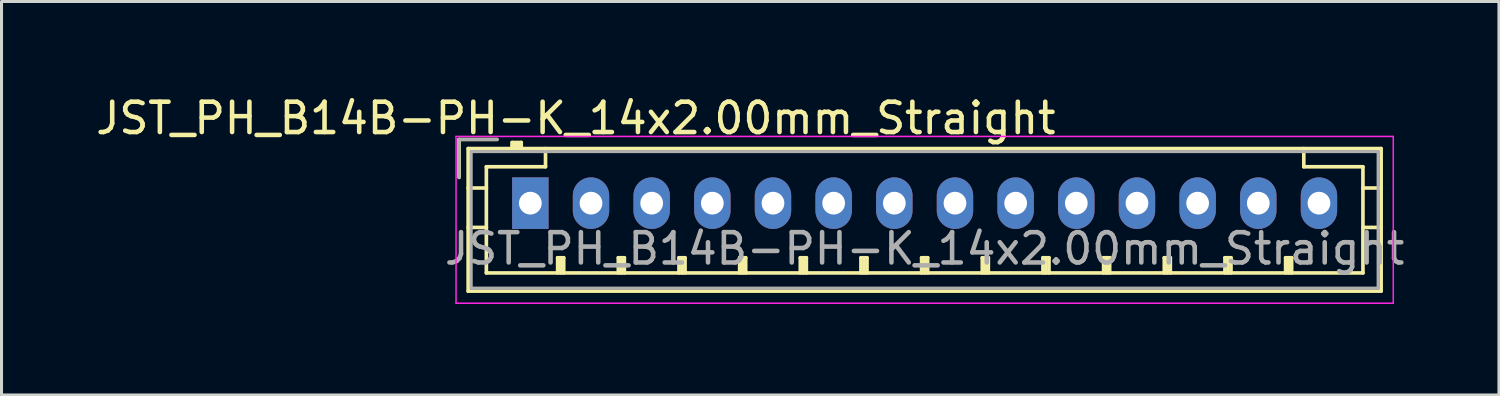
<source format=kicad_pcb>
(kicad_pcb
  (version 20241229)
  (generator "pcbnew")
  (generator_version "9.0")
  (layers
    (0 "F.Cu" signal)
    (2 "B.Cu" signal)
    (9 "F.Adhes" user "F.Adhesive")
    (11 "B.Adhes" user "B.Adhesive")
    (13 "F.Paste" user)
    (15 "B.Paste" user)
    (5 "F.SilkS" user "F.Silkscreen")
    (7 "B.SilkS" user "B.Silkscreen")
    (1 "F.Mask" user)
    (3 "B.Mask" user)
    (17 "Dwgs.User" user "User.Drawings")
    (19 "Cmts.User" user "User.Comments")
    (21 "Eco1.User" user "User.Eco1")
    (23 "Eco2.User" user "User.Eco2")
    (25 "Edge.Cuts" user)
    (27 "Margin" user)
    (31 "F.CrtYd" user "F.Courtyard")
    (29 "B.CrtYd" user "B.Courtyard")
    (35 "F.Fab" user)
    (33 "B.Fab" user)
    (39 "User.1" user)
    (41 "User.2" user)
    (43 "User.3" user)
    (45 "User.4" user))
  (footprint "JST_PH_B14B-PH-K_14x2.00mm_Straight"
    (layer "F.Cu")
    (at 14.435 3.648)
    (property "Reference" "JST_PH_B14B-PH-K_14x2.00mm_Straight" (at 1.5 -2.8 0) (layer "F.SilkS") (effects (font (size 1 1) (thickness 0.15))))
    (attr through_hole)
    (fp_line (start -2.35 -2.1) (end -2.35 -0.85) (stroke (width 0.12) (type solid)) (layer "F.SilkS"))
    (fp_line (start -2.05 -1.8) (end -2.05 2.9) (stroke (width 0.12) (type solid)) (layer "F.SilkS"))
    (fp_line (start -2.05 -0.5) (end -1.45 -0.5) (stroke (width 0.12) (type solid)) (layer "F.SilkS"))
    (fp_line (start -2.05 0.8) (end -1.45 0.8) (stroke (width 0.12) (type solid)) (layer "F.SilkS"))
    (fp_line (start -2.05 2.9) (end 28.05 2.9) (stroke (width 0.12) (type solid)) (layer "F.SilkS"))
    (fp_line (start -1.45 -1.2) (end -1.45 2.3) (stroke (width 0.12) (type solid)) (layer "F.SilkS"))
    (fp_line (start -1.45 2.3) (end 27.45 2.3) (stroke (width 0.12) (type solid)) (layer "F.SilkS"))
    (fp_line (start -1.1 -2.1) (end -2.35 -2.1) (stroke (width 0.12) (type solid)) (layer "F.SilkS"))
    (fp_line (start -0.6 -2) (end -0.6 -1.8) (stroke (width 0.12) (type solid)) (layer "F.SilkS"))
    (fp_line (start -0.3 -2) (end -0.6 -2) (stroke (width 0.12) (type solid)) (layer "F.SilkS"))
    (fp_line (start -0.3 -1.9) (end -0.6 -1.9) (stroke (width 0.12) (type solid)) (layer "F.SilkS"))
    (fp_line (start -0.3 -1.8) (end -0.3 -2) (stroke (width 0.12) (type solid)) (layer "F.SilkS"))
    (fp_line (start 0.5 -1.8) (end 0.5 -1.2) (stroke (width 0.12) (type solid)) (layer "F.SilkS"))
    (fp_line (start 0.5 -1.2) (end -1.45 -1.2) (stroke (width 0.12) (type solid)) (layer "F.SilkS"))
    (fp_line (start 0.9 1.8) (end 1.1 1.8) (stroke (width 0.12) (type solid)) (layer "F.SilkS"))
    (fp_line (start 0.9 2.3) (end 0.9 1.8) (stroke (width 0.12) (type solid)) (layer "F.SilkS"))
    (fp_line (start 1 2.3) (end 1 1.8) (stroke (width 0.12) (type solid)) (layer "F.SilkS"))
    (fp_line (start 1.1 1.8) (end 1.1 2.3) (stroke (width 0.12) (type solid)) (layer "F.SilkS"))
    (fp_line (start 2.9 1.8) (end 3.1 1.8) (stroke (width 0.12) (type solid)) (layer "F.SilkS"))
    (fp_line (start 2.9 2.3) (end 2.9 1.8) (stroke (width 0.12) (type solid)) (layer "F.SilkS"))
    (fp_line (start 3 2.3) (end 3 1.8) (stroke (width 0.12) (type solid)) (layer "F.SilkS"))
    (fp_line (start 3.1 1.8) (end 3.1 2.3) (stroke (width 0.12) (type solid)) (layer "F.SilkS"))
    (fp_line (start 4.9 1.8) (end 5.1 1.8) (stroke (width 0.12) (type solid)) (layer "F.SilkS"))
    (fp_line (start 4.9 2.3) (end 4.9 1.8) (stroke (width 0.12) (type solid)) (layer "F.SilkS"))
    (fp_line (start 5 2.3) (end 5 1.8) (stroke (width 0.12) (type solid)) (layer "F.SilkS"))
    (fp_line (start 5.1 1.8) (end 5.1 2.3) (stroke (width 0.12) (type solid)) (layer "F.SilkS"))
    (fp_line (start 6.9 1.8) (end 7.1 1.8) (stroke (width 0.12) (type solid)) (layer "F.SilkS"))
    (fp_line (start 6.9 2.3) (end 6.9 1.8) (stroke (width 0.12) (type solid)) (layer "F.SilkS"))
    (fp_line (start 7 2.3) (end 7 1.8) (stroke (width 0.12) (type solid)) (layer "F.SilkS"))
    (fp_line (start 7.1 1.8) (end 7.1 2.3) (stroke (width 0.12) (type solid)) (layer "F.SilkS"))
    (fp_line (start 8.9 1.8) (end 9.1 1.8) (stroke (width 0.12) (type solid)) (layer "F.SilkS"))
    (fp_line (start 8.9 2.3) (end 8.9 1.8) (stroke (width 0.12) (type solid)) (layer "F.SilkS"))
    (fp_line (start 9 2.3) (end 9 1.8) (stroke (width 0.12) (type solid)) (layer "F.SilkS"))
    (fp_line (start 9.1 1.8) (end 9.1 2.3) (stroke (width 0.12) (type solid)) (layer "F.SilkS"))
    (fp_line (start 10.9 1.8) (end 11.1 1.8) (stroke (width 0.12) (type solid)) (layer "F.SilkS"))
    (fp_line (start 10.9 2.3) (end 10.9 1.8) (stroke (width 0.12) (type solid)) (layer "F.SilkS"))
    (fp_line (start 11 2.3) (end 11 1.8) (stroke (width 0.12) (type solid)) (layer "F.SilkS"))
    (fp_line (start 11.1 1.8) (end 11.1 2.3) (stroke (width 0.12) (type solid)) (layer "F.SilkS"))
    (fp_line (start 12.9 1.8) (end 13.1 1.8) (stroke (width 0.12) (type solid)) (layer "F.SilkS"))
    (fp_line (start 12.9 2.3) (end 12.9 1.8) (stroke (width 0.12) (type solid)) (layer "F.SilkS"))
    (fp_line (start 13 2.3) (end 13 1.8) (stroke (width 0.12) (type solid)) (layer "F.SilkS"))
    (fp_line (start 13.1 1.8) (end 13.1 2.3) (stroke (width 0.12) (type solid)) (layer "F.SilkS"))
    (fp_line (start 14.9 1.8) (end 15.1 1.8) (stroke (width 0.12) (type solid)) (layer "F.SilkS"))
    (fp_line (start 14.9 2.3) (end 14.9 1.8) (stroke (width 0.12) (type solid)) (layer "F.SilkS"))
    (fp_line (start 15 2.3) (end 15 1.8) (stroke (width 0.12) (type solid)) (layer "F.SilkS"))
    (fp_line (start 15.1 1.8) (end 15.1 2.3) (stroke (width 0.12) (type solid)) (layer "F.SilkS"))
    (fp_line (start 16.9 1.8) (end 17.1 1.8) (stroke (width 0.12) (type solid)) (layer "F.SilkS"))
    (fp_line (start 16.9 2.3) (end 16.9 1.8) (stroke (width 0.12) (type solid)) (layer "F.SilkS"))
    (fp_line (start 17 2.3) (end 17 1.8) (stroke (width 0.12) (type solid)) (layer "F.SilkS"))
    (fp_line (start 17.1 1.8) (end 17.1 2.3) (stroke (width 0.12) (type solid)) (layer "F.SilkS"))
    (fp_line (start 18.9 1.8) (end 19.1 1.8) (stroke (width 0.12) (type solid)) (layer "F.SilkS"))
    (fp_line (start 18.9 2.3) (end 18.9 1.8) (stroke (width 0.12) (type solid)) (layer "F.SilkS"))
    (fp_line (start 19 2.3) (end 19 1.8) (stroke (width 0.12) (type solid)) (layer "F.SilkS"))
    (fp_line (start 19.1 1.8) (end 19.1 2.3) (stroke (width 0.12) (type solid)) (layer "F.SilkS"))
    (fp_line (start 20.9 1.8) (end 21.1 1.8) (stroke (width 0.12) (type solid)) (layer "F.SilkS"))
    (fp_line (start 20.9 2.3) (end 20.9 1.8) (stroke (width 0.12) (type solid)) (layer "F.SilkS"))
    (fp_line (start 21 2.3) (end 21 1.8) (stroke (width 0.12) (type solid)) (layer "F.SilkS"))
    (fp_line (start 21.1 1.8) (end 21.1 2.3) (stroke (width 0.12) (type solid)) (layer "F.SilkS"))
    (fp_line (start 22.9 1.8) (end 23.1 1.8) (stroke (width 0.12) (type solid)) (layer "F.SilkS"))
    (fp_line (start 22.9 2.3) (end 22.9 1.8) (stroke (width 0.12) (type solid)) (layer "F.SilkS"))
    (fp_line (start 23 2.3) (end 23 1.8) (stroke (width 0.12) (type solid)) (layer "F.SilkS"))
    (fp_line (start 23.1 1.8) (end 23.1 2.3) (stroke (width 0.12) (type solid)) (layer "F.SilkS"))
    (fp_line (start 24.9 1.8) (end 25.1 1.8) (stroke (width 0.12) (type solid)) (layer "F.SilkS"))
    (fp_line (start 24.9 2.3) (end 24.9 1.8) (stroke (width 0.12) (type solid)) (layer "F.SilkS"))
    (fp_line (start 25 2.3) (end 25 1.8) (stroke (width 0.12) (type solid)) (layer "F.SilkS"))
    (fp_line (start 25.1 1.8) (end 25.1 2.3) (stroke (width 0.12) (type solid)) (layer "F.SilkS"))
    (fp_line (start 25.5 -1.2) (end 25.5 -1.8) (stroke (width 0.12) (type solid)) (layer "F.SilkS"))
    (fp_line (start 27.45 -1.2) (end 25.5 -1.2) (stroke (width 0.12) (type solid)) (layer "F.SilkS"))
    (fp_line (start 27.45 2.3) (end 27.45 -1.2) (stroke (width 0.12) (type solid)) (layer "F.SilkS"))
    (fp_line (start 28.05 -1.8) (end -2.05 -1.8) (stroke (width 0.12) (type solid)) (layer "F.SilkS"))
    (fp_line (start 28.05 -0.5) (end 27.45 -0.5) (stroke (width 0.12) (type solid)) (layer "F.SilkS"))
    (fp_line (start 28.05 0.8) (end 27.45 0.8) (stroke (width 0.12) (type solid)) (layer "F.SilkS"))
    (fp_line (start 28.05 2.9) (end 28.05 -1.8) (stroke (width 0.12) (type solid)) (layer "F.SilkS"))
    (fp_line (start -2.45 -2.2) (end -2.45 3.3) (stroke (width 0.05) (type solid)) (layer "F.CrtYd"))
    (fp_line (start -2.45 3.3) (end 28.45 3.3) (stroke (width 0.05) (type solid)) (layer "F.CrtYd"))
    (fp_line (start 28.45 -2.2) (end -2.45 -2.2) (stroke (width 0.05) (type solid)) (layer "F.CrtYd"))
    (fp_line (start 28.45 3.3) (end 28.45 -2.2) (stroke (width 0.05) (type solid)) (layer "F.CrtYd"))
    (fp_line (start -2.35 -2.1) (end -2.35 -0.85) (stroke (width 0.1) (type solid)) (layer "F.Fab"))
    (fp_line (start -1.95 -1.7) (end -1.95 2.8) (stroke (width 0.1) (type solid)) (layer "F.Fab"))
    (fp_line (start -1.95 2.8) (end 27.95 2.8) (stroke (width 0.1) (type solid)) (layer "F.Fab"))
    (fp_line (start -1.1 -2.1) (end -2.35 -2.1) (stroke (width 0.1) (type solid)) (layer "F.Fab"))
    (fp_line (start 27.95 -1.7) (end -1.95 -1.7) (stroke (width 0.1) (type solid)) (layer "F.Fab"))
    (fp_line (start 27.95 2.8) (end 27.95 -1.7) (stroke (width 0.1) (type solid)) (layer "F.Fab"))
    (fp_text user "${REFERENCE}" (at 13 1.5 0) (layer "F.Fab") (effects (font (size 1 1) (thickness 0.15))))
    (pad "1" thru_hole rect (at 0 0) (size 1.2 1.7) (drill 0.75) (layers "*.Cu" "*.Mask"))
    (pad "2" thru_hole oval (at 2 0) (size 1.2 1.7) (drill 0.75) (layers "*.Cu" "*.Mask"))
    (pad "3" thru_hole oval (at 4 0) (size 1.2 1.7) (drill 0.75) (layers "*.Cu" "*.Mask"))
    (pad "4" thru_hole oval (at 6 0) (size 1.2 1.7) (drill 0.75) (layers "*.Cu" "*.Mask"))
    (pad "5" thru_hole oval (at 8 0) (size 1.2 1.7) (drill 0.75) (layers "*.Cu" "*.Mask"))
    (pad "6" thru_hole oval (at 10 0) (size 1.2 1.7) (drill 0.75) (layers "*.Cu" "*.Mask"))
    (pad "7" thru_hole oval (at 12 0) (size 1.2 1.7) (drill 0.75) (layers "*.Cu" "*.Mask"))
    (pad "8" thru_hole oval (at 14 0) (size 1.2 1.7) (drill 0.75) (layers "*.Cu" "*.Mask"))
    (pad "9" thru_hole oval (at 16 0) (size 1.2 1.7) (drill 0.75) (layers "*.Cu" "*.Mask"))
    (pad "10" thru_hole oval (at 18 0) (size 1.2 1.7) (drill 0.75) (layers "*.Cu" "*.Mask"))
    (pad "11" thru_hole oval (at 20 0) (size 1.2 1.7) (drill 0.75) (layers "*.Cu" "*.Mask"))
    (pad "12" thru_hole oval (at 22 0) (size 1.2 1.7) (drill 0.75) (layers "*.Cu" "*.Mask"))
    (pad "13" thru_hole oval (at 24 0) (size 1.2 1.7) (drill 0.75) (layers "*.Cu" "*.Mask"))
    (pad "14" thru_hole oval (at 26 0) (size 1.2 1.7) (drill 0.75) (layers "*.Cu" "*.Mask")))
  (gr_rect
    (start -3 -3)
    (end 46.369 9.973)
    (stroke (width 0.1) (type default))
    (fill no)
    (layer "Edge.Cuts")))
</source>
